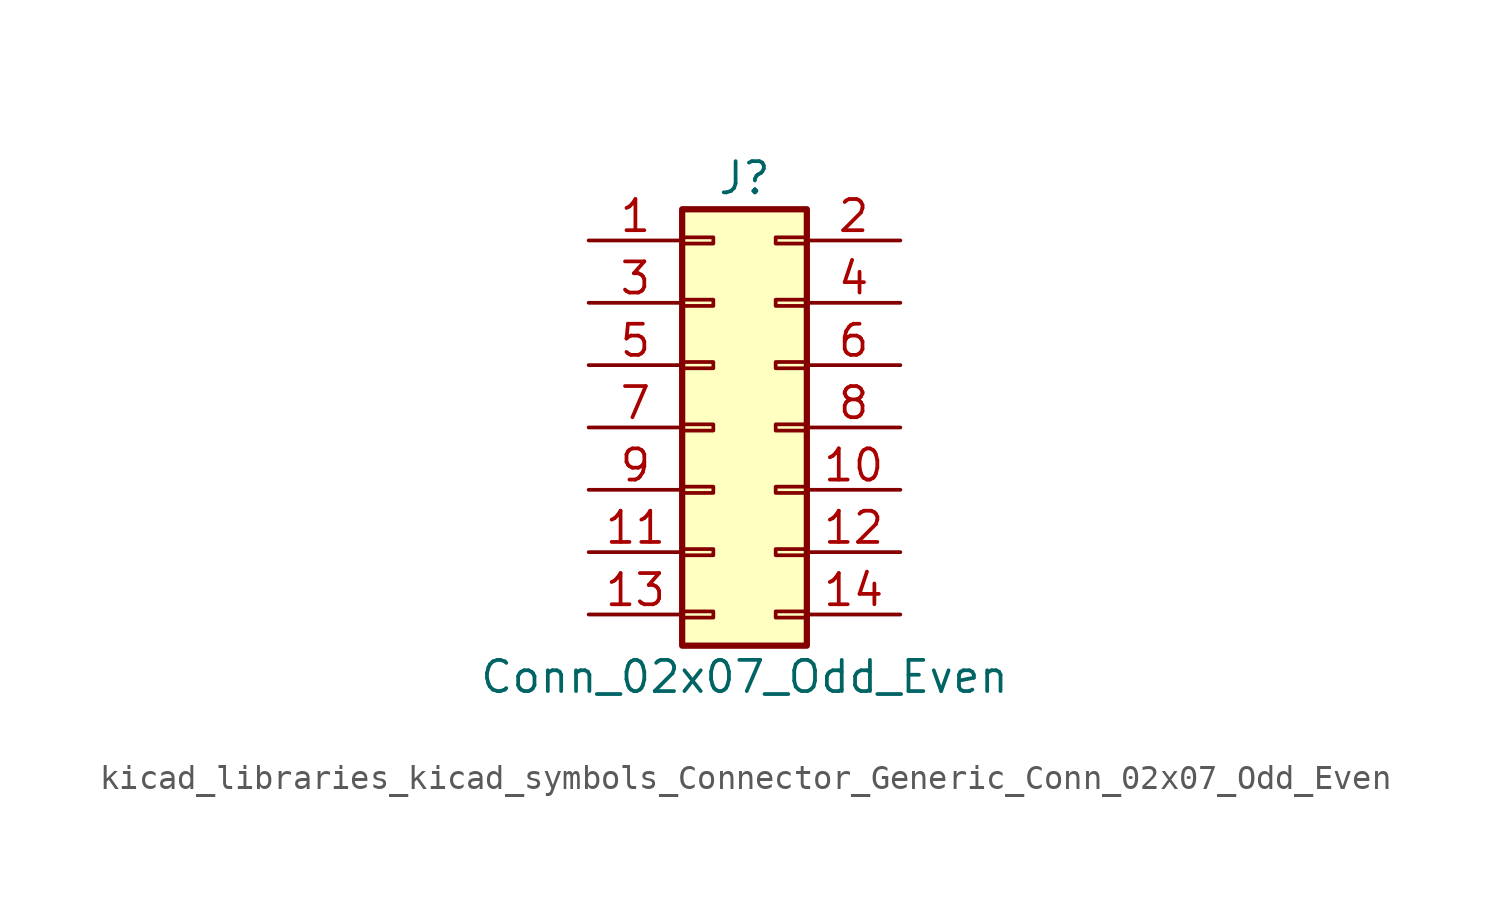
<source format=kicad_sym>
(kicad_symbol_lib
  (version 20220914)
  (generator kicad_symbol_editor)
  (symbol "kicad_libraries_kicad_symbols_Connector_Generic_Conn_02x07_Odd_Even"
    (pin_names
      (offset 1.016) hide)
    (property "Reference" "J"
      (at 1.27 10.16 0)
      (effects (font (size 1.27 1.27))))
    (property "Value" "Conn_02x07_Odd_Even"
      (at 1.27 -10.16 0)
      (effects (font (size 1.27 1.27))))
    (symbol "kicad_libraries_kicad_symbols_Connector_Generic_Conn_02x07_Odd_Even_1_1"
      (rectangle (start -1.27 -7.493) (end 0 -7.747) (stroke (width 0.152) (type default)) (fill (type none)))
      (rectangle (start -1.27 -4.953) (end 0 -5.207) (stroke (width 0.152) (type default)) (fill (type none)))
      (rectangle (start -1.27 -2.413) (end 0 -2.667) (stroke (width 0.152) (type default)) (fill (type none)))
      (rectangle (start -1.27 0.127) (end 0 -0.127) (stroke (width 0.152) (type default)) (fill (type none)))
      (rectangle (start -1.27 2.667) (end 0 2.413) (stroke (width 0.152) (type default)) (fill (type none)))
      (rectangle (start -1.27 5.207) (end 0 4.953) (stroke (width 0.152) (type default)) (fill (type none)))
      (rectangle (start -1.27 7.747) (end 0 7.493) (stroke (width 0.152) (type default)) (fill (type none)))
      (rectangle (start -1.27 8.89) (end 3.81 -8.89) (stroke (width 0.254) (type default)) (fill (type background)))
      (rectangle (start 3.81 -7.493) (end 2.54 -7.747) (stroke (width 0.152) (type default)) (fill (type none)))
      (rectangle (start 3.81 -4.953) (end 2.54 -5.207) (stroke (width 0.152) (type default)) (fill (type none)))
      (rectangle (start 3.81 -2.413) (end 2.54 -2.667) (stroke (width 0.152) (type default)) (fill (type none)))
      (rectangle (start 3.81 0.127) (end 2.54 -0.127) (stroke (width 0.152) (type default)) (fill (type none)))
      (rectangle (start 3.81 2.667) (end 2.54 2.413) (stroke (width 0.152) (type default)) (fill (type none)))
      (rectangle (start 3.81 5.207) (end 2.54 4.953) (stroke (width 0.152) (type default)) (fill (type none)))
      (rectangle (start 3.81 7.747) (end 2.54 7.493) (stroke (width 0.152) (type default)) (fill (type none)))
      (pin passive line (at -5.08 7.62 0) (length 3.81) (name "Pin_1" (effects (font (size 1.27 1.27)))) (number "1" (effects (font (size 1.27 1.27)))))
      (pin passive line (at 7.62 -2.54 180) (length 3.81) (name "Pin_10" (effects (font (size 1.27 1.27)))) (number "10" (effects (font (size 1.27 1.27)))))
      (pin passive line (at -5.08 -5.08 0) (length 3.81) (name "Pin_11" (effects (font (size 1.27 1.27)))) (number "11" (effects (font (size 1.27 1.27)))))
      (pin passive line (at 7.62 -5.08 180) (length 3.81) (name "Pin_12" (effects (font (size 1.27 1.27)))) (number "12" (effects (font (size 1.27 1.27)))))
      (pin passive line (at -5.08 -7.62 0) (length 3.81) (name "Pin_13" (effects (font (size 1.27 1.27)))) (number "13" (effects (font (size 1.27 1.27)))))
      (pin passive line (at 7.62 -7.62 180) (length 3.81) (name "Pin_14" (effects (font (size 1.27 1.27)))) (number "14" (effects (font (size 1.27 1.27)))))
      (pin passive line (at 7.62 7.62 180) (length 3.81) (name "Pin_2" (effects (font (size 1.27 1.27)))) (number "2" (effects (font (size 1.27 1.27)))))
      (pin passive line (at -5.08 5.08 0) (length 3.81) (name "Pin_3" (effects (font (size 1.27 1.27)))) (number "3" (effects (font (size 1.27 1.27)))))
      (pin passive line (at 7.62 5.08 180) (length 3.81) (name "Pin_4" (effects (font (size 1.27 1.27)))) (number "4" (effects (font (size 1.27 1.27)))))
      (pin passive line (at -5.08 2.54 0) (length 3.81) (name "Pin_5" (effects (font (size 1.27 1.27)))) (number "5" (effects (font (size 1.27 1.27)))))
      (pin passive line (at 7.62 2.54 180) (length 3.81) (name "Pin_6" (effects (font (size 1.27 1.27)))) (number "6" (effects (font (size 1.27 1.27)))))
      (pin passive line (at -5.08 0 0) (length 3.81) (name "Pin_7" (effects (font (size 1.27 1.27)))) (number "7" (effects (font (size 1.27 1.27)))))
      (pin passive line (at 7.62 0 180) (length 3.81) (name "Pin_8" (effects (font (size 1.27 1.27)))) (number "8" (effects (font (size 1.27 1.27)))))
      (pin passive line (at -5.08 -2.54 0) (length 3.81) (name "Pin_9" (effects (font (size 1.27 1.27)))) (number "9" (effects (font (size 1.27 1.27))))))))
</source>
